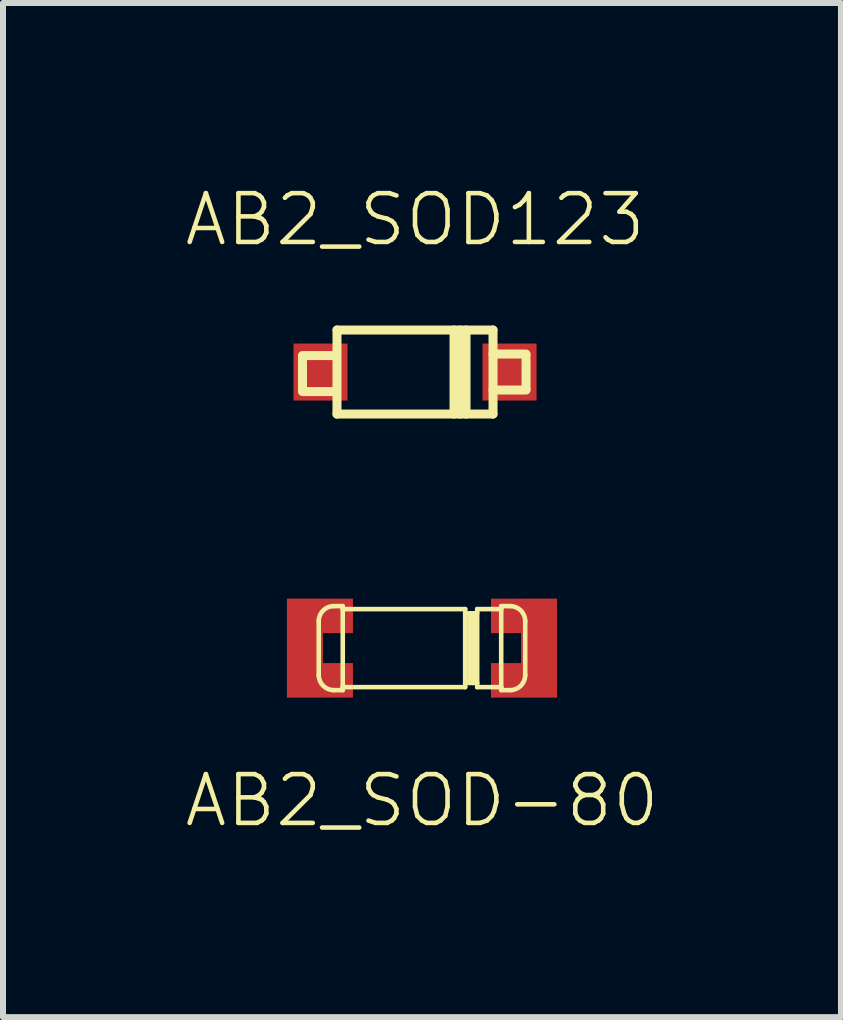
<source format=kicad_pcb>
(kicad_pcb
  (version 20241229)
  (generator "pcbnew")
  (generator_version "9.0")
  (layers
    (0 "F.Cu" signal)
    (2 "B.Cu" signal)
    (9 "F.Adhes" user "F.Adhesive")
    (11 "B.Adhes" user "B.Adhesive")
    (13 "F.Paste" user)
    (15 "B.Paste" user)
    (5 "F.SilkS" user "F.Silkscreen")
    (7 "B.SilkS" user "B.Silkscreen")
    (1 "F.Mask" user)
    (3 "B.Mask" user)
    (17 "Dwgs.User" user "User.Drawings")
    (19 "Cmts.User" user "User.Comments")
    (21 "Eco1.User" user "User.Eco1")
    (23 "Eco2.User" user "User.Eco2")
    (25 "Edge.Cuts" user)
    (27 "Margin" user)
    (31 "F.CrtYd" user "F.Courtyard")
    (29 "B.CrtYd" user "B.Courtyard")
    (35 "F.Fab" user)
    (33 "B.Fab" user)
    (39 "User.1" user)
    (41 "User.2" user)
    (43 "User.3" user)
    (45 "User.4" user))
  (footprint "AB2_SOD-80"
    (layer "F.Cu")
    (at 3.981 7.749)
    (property "Reference" "AB2_SOD-80" (at 0 2.54 0) (layer "F.SilkS") (effects (font (size 0.813 0.813) (thickness 0.076))))
    (attr through_hole)
    (fp_line (start -1.72 0.45) (end -1.72 -0.45) (stroke (width 0.076) (type solid)) (layer "F.SilkS"))
    (fp_line (start -1.32 -0.7) (end -1.47 -0.7) (stroke (width 0.076) (type solid)) (layer "F.SilkS"))
    (fp_line (start -1.32 -0.65) (end -1.32 -0.7) (stroke (width 0.076) (type solid)) (layer "F.SilkS"))
    (fp_line (start -1.32 -0.65) (end -1.32 0.65) (stroke (width 0.076) (type solid)) (layer "F.SilkS"))
    (fp_line (start -1.32 0.7) (end -1.47 0.7) (stroke (width 0.076) (type solid)) (layer "F.SilkS"))
    (fp_line (start -1.32 0.7) (end -1.32 0.65) (stroke (width 0.076) (type solid)) (layer "F.SilkS"))
    (fp_line (start 0.72 -0.65) (end -1.32 -0.65) (stroke (width 0.076) (type solid)) (layer "F.SilkS"))
    (fp_line (start 0.72 0.65) (end -1.32 0.65) (stroke (width 0.076) (type solid)) (layer "F.SilkS"))
    (fp_line (start 0.72 0.65) (end 0.72 -0.65) (stroke (width 0.076) (type solid)) (layer "F.SilkS"))
    (fp_line (start 0.79 0.58) (end 0.79 -0.58) (stroke (width 0.076) (type solid)) (layer "F.SilkS"))
    (fp_line (start 0.85 -0.58) (end 0.85 0.58) (stroke (width 0.076) (type solid)) (layer "F.SilkS"))
    (fp_line (start 0.92 -0.65) (end 0.92 0.65) (stroke (width 0.076) (type solid)) (layer "F.SilkS"))
    (fp_line (start 0.92 -0.65) (end 1.32 -0.65) (stroke (width 0.076) (type solid)) (layer "F.SilkS"))
    (fp_line (start 0.92 -0.58) (end 0.72 -0.58) (stroke (width 0.076) (type solid)) (layer "F.SilkS"))
    (fp_line (start 0.92 0.58) (end 0.72 0.58) (stroke (width 0.076) (type solid)) (layer "F.SilkS"))
    (fp_line (start 0.92 0.65) (end 1.32 0.65) (stroke (width 0.076) (type solid)) (layer "F.SilkS"))
    (fp_line (start 1.32 -0.7) (end 1.47 -0.7) (stroke (width 0.076) (type solid)) (layer "F.SilkS"))
    (fp_line (start 1.32 -0.65) (end 1.32 -0.7) (stroke (width 0.076) (type solid)) (layer "F.SilkS"))
    (fp_line (start 1.32 -0.65) (end 1.32 0.65) (stroke (width 0.076) (type solid)) (layer "F.SilkS"))
    (fp_line (start 1.32 0.65) (end 1.32 0.7) (stroke (width 0.076) (type solid)) (layer "F.SilkS"))
    (fp_line (start 1.32 0.7) (end 1.47 0.7) (stroke (width 0.076) (type solid)) (layer "F.SilkS"))
    (fp_line (start 1.72 0.45) (end 1.72 -0.45) (stroke (width 0.076) (type solid)) (layer "F.SilkS"))
    (fp_arc (start -1.72 -0.45) (mid -1.646777 -0.626777) (end -1.47 -0.7) (stroke (width 0.0762) (type solid)) (layer "F.SilkS"))
    (fp_arc (start -1.47 0.7) (mid -1.646777 0.626777) (end -1.72 0.45) (stroke (width 0.0762) (type solid)) (layer "F.SilkS"))
    (fp_arc (start 1.47 -0.7) (mid 1.646777 -0.626777) (end 1.72 -0.45) (stroke (width 0.0762) (type solid)) (layer "F.SilkS"))
    (fp_arc (start 1.72 0.45) (mid 1.646777 0.626777) (end 1.47 0.7) (stroke (width 0.0762) (type solid)) (layer "F.SilkS"))
    (pad "1" smd rect (at -1.95 0) (size 0.6 1.65) (layers "F.Cu" "F.Mask" "F.Paste"))
    (pad "1" smd rect (at -1.4 -0.537) (size 0.5 0.575) (layers "F.Cu" "F.Mask" "F.Paste"))
    (pad "1" smd rect (at -1.4 0.537) (size 0.5 0.575) (layers "F.Cu" "F.Mask" "F.Paste"))
    (pad "2" smd rect (at 1.4 -0.537) (size 0.5 0.575) (layers "F.Cu" "F.Mask" "F.Paste"))
    (pad "2" smd rect (at 1.4 0.537) (size 0.5 0.575) (layers "F.Cu" "F.Mask" "F.Paste"))
    (pad "2" smd rect (at 1.95 0) (size 0.6 1.65) (layers "F.Cu" "F.Mask" "F.Paste")))
  (footprint "AB2_SOD123"
    (layer "F.Cu")
    (at 3.865 3.149)
    (property "Reference" "AB2_SOD123" (at 0 -2.54 0) (layer "F.SilkS") (effects (font (size 0.813 0.813) (thickness 0.076))))
    (attr through_hole)
    (fp_line (start -1.875 -0.275) (end -1.325 -0.275) (stroke (width 0.15) (type solid)) (layer "F.SilkS"))
    (fp_line (start -1.875 -0.25) (end -1.875 0.3) (stroke (width 0.15) (type solid)) (layer "F.SilkS"))
    (fp_line (start -1.875 0.325) (end -1.325 0.325) (stroke (width 0.15) (type solid)) (layer "F.SilkS"))
    (fp_line (start -1.3 -0.7) (end 1.3 -0.7) (stroke (width 0.15) (type solid)) (layer "F.SilkS"))
    (fp_line (start -1.3 0.7) (end -1.3 -0.7) (stroke (width 0.15) (type solid)) (layer "F.SilkS"))
    (fp_line (start 0.65 0.7) (end 0.65 -0.7) (stroke (width 0.15) (type solid)) (layer "F.SilkS"))
    (fp_line (start 0.75 -0.7) (end 0.75 0.7) (stroke (width 0.15) (type solid)) (layer "F.SilkS"))
    (fp_line (start 0.85 -0.7) (end 0.85 0.7) (stroke (width 0.15) (type solid)) (layer "F.SilkS"))
    (fp_line (start 1.3 -0.7) (end 1.3 0.7) (stroke (width 0.15) (type solid)) (layer "F.SilkS"))
    (fp_line (start 1.3 0.7) (end -1.3 0.7) (stroke (width 0.15) (type solid)) (layer "F.SilkS"))
    (fp_line (start 1.85 -0.3) (end 1.3 -0.3) (stroke (width 0.15) (type solid)) (layer "F.SilkS"))
    (fp_line (start 1.85 0.275) (end 1.85 -0.275) (stroke (width 0.15) (type solid)) (layer "F.SilkS"))
    (fp_line (start 1.85 0.3) (end 1.3 0.3) (stroke (width 0.15) (type solid)) (layer "F.SilkS"))
    (pad "1" smd rect (at -1.575 0) (size 0.9 0.95) (layers "F.Cu" "F.Mask" "F.Paste"))
    (pad "2" smd rect (at 1.575 0) (size 0.9 0.95) (layers "F.Cu" "F.Mask" "F.Paste")))
  (gr_rect
    (start -3 -3)
    (end 10.962 13.898)
    (stroke (width 0.1) (type default))
    (fill no)
    (layer "Edge.Cuts")))
</source>
